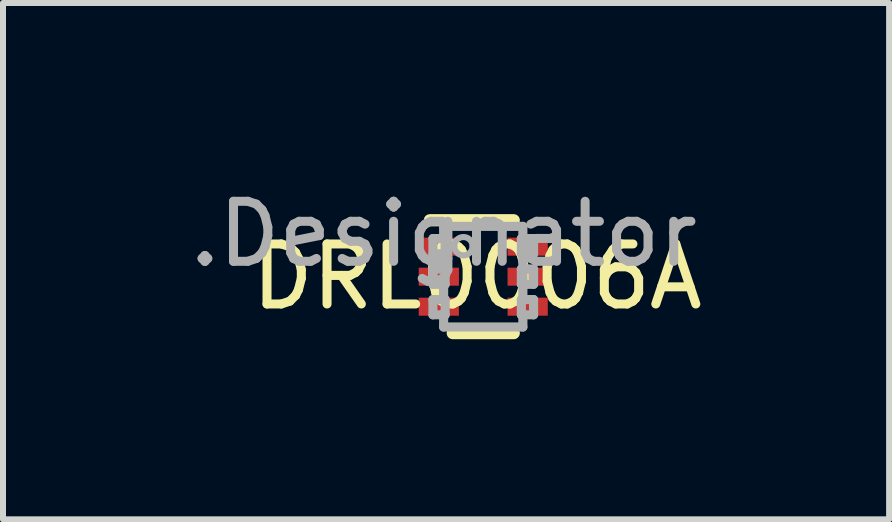
<source format=kicad_pcb>
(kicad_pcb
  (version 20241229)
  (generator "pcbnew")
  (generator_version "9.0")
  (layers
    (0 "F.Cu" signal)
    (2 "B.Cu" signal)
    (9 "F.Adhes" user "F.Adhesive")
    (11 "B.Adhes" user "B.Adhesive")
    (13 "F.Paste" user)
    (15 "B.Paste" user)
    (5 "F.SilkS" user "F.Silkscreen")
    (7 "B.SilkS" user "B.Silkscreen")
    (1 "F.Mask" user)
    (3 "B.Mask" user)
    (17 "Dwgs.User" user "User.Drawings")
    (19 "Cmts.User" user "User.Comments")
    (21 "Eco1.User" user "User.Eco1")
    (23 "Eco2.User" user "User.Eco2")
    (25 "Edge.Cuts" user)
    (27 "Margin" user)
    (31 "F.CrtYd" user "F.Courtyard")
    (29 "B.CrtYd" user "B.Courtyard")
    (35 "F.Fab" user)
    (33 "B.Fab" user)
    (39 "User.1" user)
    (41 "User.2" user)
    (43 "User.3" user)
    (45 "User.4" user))
  (footprint "DRL0006A"
    (layer "F.Cu")
    (at 5 1.559)
    (property "Reference" "DRL0006A" (at -0.102 0 0) (layer "F.SilkS") (effects (font (size 1 1) (thickness 0.15))))
    (attr smd)
    (fp_line (start -0.889 -0.94) (end 0.508 -0.94) (stroke (width 0.203) (type solid)) (layer "F.SilkS"))
    (fp_line (start -0.508 0.94) (end 0.508 0.94) (stroke (width 0.203) (type solid)) (layer "F.SilkS"))
    (fp_line (start -0.838 -0.635) (end -0.635 -0.635) (stroke (width 0.152) (type solid)) (layer "F.Fab"))
    (fp_line (start -0.838 -0.381) (end -0.838 -0.635) (stroke (width 0.152) (type solid)) (layer "F.Fab"))
    (fp_line (start -0.838 -0.381) (end -0.635 -0.381) (stroke (width 0.152) (type solid)) (layer "F.Fab"))
    (fp_line (start -0.838 -0.127) (end -0.635 -0.127) (stroke (width 0.152) (type solid)) (layer "F.Fab"))
    (fp_line (start -0.838 0.127) (end -0.838 -0.127) (stroke (width 0.152) (type solid)) (layer "F.Fab"))
    (fp_line (start -0.838 0.127) (end -0.635 0.127) (stroke (width 0.152) (type solid)) (layer "F.Fab"))
    (fp_line (start -0.838 0.381) (end -0.635 0.381) (stroke (width 0.152) (type solid)) (layer "F.Fab"))
    (fp_line (start -0.838 0.635) (end -0.838 0.381) (stroke (width 0.152) (type solid)) (layer "F.Fab"))
    (fp_line (start -0.838 0.635) (end -0.635 0.635) (stroke (width 0.152) (type solid)) (layer "F.Fab"))
    (fp_line (start -0.66 -0.838) (end 0.66 -0.838) (stroke (width 0.152) (type solid)) (layer "F.Fab"))
    (fp_line (start -0.66 -0.635) (end -0.66 -0.838) (stroke (width 0.152) (type solid)) (layer "F.Fab"))
    (fp_line (start -0.66 -0.127) (end -0.66 -0.381) (stroke (width 0.152) (type solid)) (layer "F.Fab"))
    (fp_line (start -0.66 0.381) (end -0.66 0.127) (stroke (width 0.152) (type solid)) (layer "F.Fab"))
    (fp_line (start -0.66 0.838) (end -0.66 0.635) (stroke (width 0.152) (type solid)) (layer "F.Fab"))
    (fp_line (start -0.66 0.838) (end 0.66 0.838) (stroke (width 0.152) (type solid)) (layer "F.Fab"))
    (fp_line (start -0.635 -0.381) (end -0.635 -0.635) (stroke (width 0.152) (type solid)) (layer "F.Fab"))
    (fp_line (start -0.635 0.127) (end -0.635 -0.127) (stroke (width 0.152) (type solid)) (layer "F.Fab"))
    (fp_line (start -0.635 0.635) (end -0.635 0.381) (stroke (width 0.152) (type solid)) (layer "F.Fab"))
    (fp_line (start 0.635 -0.635) (end 0.838 -0.635) (stroke (width 0.152) (type solid)) (layer "F.Fab"))
    (fp_line (start 0.635 -0.381) (end 0.635 -0.635) (stroke (width 0.152) (type solid)) (layer "F.Fab"))
    (fp_line (start 0.635 -0.381) (end 0.838 -0.381) (stroke (width 0.152) (type solid)) (layer "F.Fab"))
    (fp_line (start 0.635 -0.127) (end 0.838 -0.127) (stroke (width 0.152) (type solid)) (layer "F.Fab"))
    (fp_line (start 0.635 0.127) (end 0.635 -0.127) (stroke (width 0.152) (type solid)) (layer "F.Fab"))
    (fp_line (start 0.635 0.127) (end 0.838 0.127) (stroke (width 0.152) (type solid)) (layer "F.Fab"))
    (fp_line (start 0.635 0.381) (end 0.838 0.381) (stroke (width 0.152) (type solid)) (layer "F.Fab"))
    (fp_line (start 0.635 0.635) (end 0.635 0.381) (stroke (width 0.152) (type solid)) (layer "F.Fab"))
    (fp_line (start 0.635 0.635) (end 0.838 0.635) (stroke (width 0.152) (type solid)) (layer "F.Fab"))
    (fp_line (start 0.66 -0.635) (end 0.66 -0.838) (stroke (width 0.152) (type solid)) (layer "F.Fab"))
    (fp_line (start 0.66 0.381) (end 0.66 -0.381) (stroke (width 0.152) (type solid)) (layer "F.Fab"))
    (fp_line (start 0.66 0.838) (end 0.66 0.635) (stroke (width 0.152) (type solid)) (layer "F.Fab"))
    (fp_line (start 0.838 -0.381) (end 0.838 -0.635) (stroke (width 0.152) (type solid)) (layer "F.Fab"))
    (fp_line (start 0.838 0.127) (end 0.838 -0.127) (stroke (width 0.152) (type solid)) (layer "F.Fab"))
    (fp_line (start 0.838 0.635) (end 0.838 0.381) (stroke (width 0.152) (type solid)) (layer "F.Fab"))
    (fp_arc (start -0.4826 -0.508) (mid -0.3302 -0.6604) (end -0.1778 -0.508) (stroke (width 0.1016) (type solid)) (layer "F.Fab"))
    (fp_arc (start -0.1778 -0.508) (mid -0.3302 -0.3556) (end -0.4826 -0.508) (stroke (width 0.1016) (type solid)) (layer "F.Fab"))
    (fp_text user ".Designator" (at -0.66 -0.711 0) (layer "F.Fab") (effects (font (size 1 1) (thickness 0.15))))
    (pad "1" smd rect (at -0.74 -0.5) (size 0.67 0.3) (layers "F.Cu" "F.Mask" "F.Paste"))
    (pad "2" smd rect (at -0.74 -0.000003) (size 0.67 0.3) (layers "F.Cu" "F.Mask" "F.Paste"))
    (pad "3" smd rect (at -0.74 0.5) (size 0.67 0.3) (layers "F.Cu" "F.Mask" "F.Paste"))
    (pad "4" smd rect (at 0.74 0.5) (size 0.67 0.3) (layers "F.Cu" "F.Mask" "F.Paste"))
    (pad "5" smd rect (at 0.74 -0.000003) (size 0.67 0.3) (layers "F.Cu" "F.Mask" "F.Paste"))
    (pad "6" smd rect (at 0.74 -0.5) (size 0.67 0.3) (layers "F.Cu" "F.Mask" "F.Paste")))
  (gr_rect
    (start -3 -3)
    (end 11.761 5.601)
    (stroke (width 0.1) (type default))
    (fill no)
    (layer "Edge.Cuts")))
</source>
